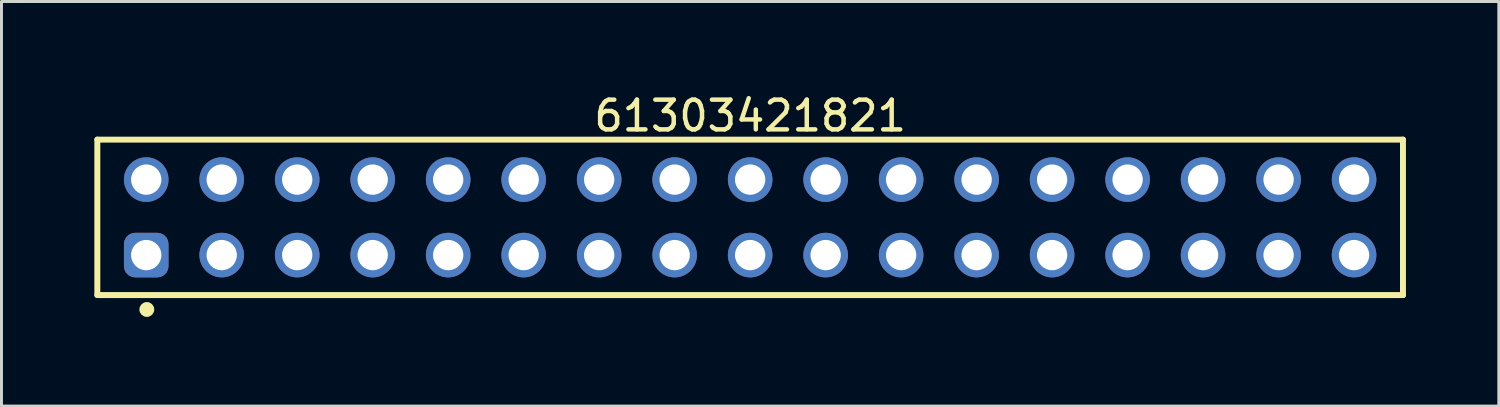
<source format=kicad_pcb>
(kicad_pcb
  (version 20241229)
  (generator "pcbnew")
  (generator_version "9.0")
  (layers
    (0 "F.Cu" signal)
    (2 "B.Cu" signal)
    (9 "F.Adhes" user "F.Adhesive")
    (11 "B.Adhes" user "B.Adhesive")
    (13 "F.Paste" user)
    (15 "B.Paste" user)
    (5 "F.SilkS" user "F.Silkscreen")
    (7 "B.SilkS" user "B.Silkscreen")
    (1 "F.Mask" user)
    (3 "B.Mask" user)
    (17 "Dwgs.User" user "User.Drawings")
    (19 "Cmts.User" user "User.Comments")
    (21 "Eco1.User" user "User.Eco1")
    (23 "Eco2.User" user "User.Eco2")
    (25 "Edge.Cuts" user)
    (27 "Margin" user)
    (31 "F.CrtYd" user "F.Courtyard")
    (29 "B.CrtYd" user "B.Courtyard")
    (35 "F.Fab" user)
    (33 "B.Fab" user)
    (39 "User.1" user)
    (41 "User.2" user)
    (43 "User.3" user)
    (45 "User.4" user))
  (footprint "61303421821"
    (layer "F.Cu")
    (at 22.19 4.263)
    (property "Reference" "61303421821" (at 0 -3.415 0) (layer "F.SilkS") (effects (font (size 1 1) (thickness 0.15))))
    (fp_line (start -21.965 -2.615) (end 21.965 -2.615) (stroke (width 0.2) (type solid)) (layer "F.SilkS"))
    (fp_line (start -21.965 2.615) (end -21.965 -2.615) (stroke (width 0.2) (type solid)) (layer "F.SilkS"))
    (fp_line (start -21.965 2.615) (end 21.965 2.615) (stroke (width 0.2) (type solid)) (layer "F.SilkS"))
    (fp_line (start 21.965 2.615) (end 21.965 -2.615) (stroke (width 0.2) (type solid)) (layer "F.SilkS"))
    (fp_circle (center -20.3 3.1) (end -20.3 2.975) (stroke (width 0.25) (type solid)) (fill no) (layer "F.SilkS"))
    (fp_line (start -22.165 -2.815) (end 22.165 -2.815) (stroke (width 0.05) (type solid)) (layer "Eco2.User"))
    (fp_line (start -22.165 2.815) (end -22.165 -2.815) (stroke (width 0.05) (type solid)) (layer "Eco2.User"))
    (fp_line (start -22.165 2.815) (end 22.165 2.815) (stroke (width 0.05) (type solid)) (layer "Eco2.User"))
    (fp_line (start -21.84 -2.54) (end 21.84 -2.54) (stroke (width 0.1) (type solid)) (layer "Eco2.User"))
    (fp_line (start -21.84 2.54) (end -21.84 -2.54) (stroke (width 0.1) (type solid)) (layer "Eco2.User"))
    (fp_line (start -21.84 2.54) (end 21.84 2.54) (stroke (width 0.1) (type solid)) (layer "Eco2.User"))
    (fp_line (start -0.5 0) (end 0.5 0) (stroke (width 0.05) (type solid)) (layer "Eco2.User"))
    (fp_line (start 0 0.5) (end 0 -0.5) (stroke (width 0.05) (type solid)) (layer "Eco2.User"))
    (fp_line (start 21.84 2.54) (end 21.84 -2.54) (stroke (width 0.1) (type solid)) (layer "Eco2.User"))
    (fp_line (start 22.165 2.815) (end 22.165 -2.815) (stroke (width 0.05) (type solid)) (layer "Eco2.User"))
    (fp_text user "${REFERENCE}" (at 0.15 -0.197 0) (unlocked yes) (layer "User.3") (effects (font (size 1.5 1.5) (thickness 0.15))))
    (pad "1" thru_hole roundrect (at -20.32 1.27) (size 1.5 1.5) (drill 1.02) (layers "*.Cu" "*.Mask") (roundrect_rratio 0.25))
    (pad "2" thru_hole circle (at -20.32 -1.27) (size 1.5 1.5) (drill 1.02) (layers "*.Cu" "*.Mask"))
    (pad "3" thru_hole circle (at -17.78 1.27) (size 1.5 1.5) (drill 1.02) (layers "*.Cu" "*.Mask"))
    (pad "4" thru_hole circle (at -17.78 -1.27) (size 1.5 1.5) (drill 1.02) (layers "*.Cu" "*.Mask"))
    (pad "5" thru_hole circle (at -15.24 1.27) (size 1.5 1.5) (drill 1.02) (layers "*.Cu" "*.Mask"))
    (pad "6" thru_hole circle (at -15.24 -1.27) (size 1.5 1.5) (drill 1.02) (layers "*.Cu" "*.Mask"))
    (pad "7" thru_hole circle (at -12.7 1.27) (size 1.5 1.5) (drill 1.02) (layers "*.Cu" "*.Mask"))
    (pad "8" thru_hole circle (at -12.7 -1.27) (size 1.5 1.5) (drill 1.02) (layers "*.Cu" "*.Mask"))
    (pad "9" thru_hole circle (at -10.16 1.27) (size 1.5 1.5) (drill 1.02) (layers "*.Cu" "*.Mask"))
    (pad "10" thru_hole circle (at -10.16 -1.27) (size 1.5 1.5) (drill 1.02) (layers "*.Cu" "*.Mask"))
    (pad "11" thru_hole circle (at -7.62 1.27) (size 1.5 1.5) (drill 1.02) (layers "*.Cu" "*.Mask"))
    (pad "12" thru_hole circle (at -7.62 -1.27) (size 1.5 1.5) (drill 1.02) (layers "*.Cu" "*.Mask"))
    (pad "13" thru_hole circle (at -5.08 1.27) (size 1.5 1.5) (drill 1.02) (layers "*.Cu" "*.Mask"))
    (pad "14" thru_hole circle (at -5.08 -1.27) (size 1.5 1.5) (drill 1.02) (layers "*.Cu" "*.Mask"))
    (pad "15" thru_hole circle (at -2.54 1.27) (size 1.5 1.5) (drill 1.02) (layers "*.Cu" "*.Mask"))
    (pad "16" thru_hole circle (at -2.54 -1.27) (size 1.5 1.5) (drill 1.02) (layers "*.Cu" "*.Mask"))
    (pad "17" thru_hole circle (at 0 1.27) (size 1.5 1.5) (drill 1.02) (layers "*.Cu" "*.Mask"))
    (pad "18" thru_hole circle (at 0 -1.27) (size 1.5 1.5) (drill 1.02) (layers "*.Cu" "*.Mask"))
    (pad "19" thru_hole circle (at 2.54 1.27) (size 1.5 1.5) (drill 1.02) (layers "*.Cu" "*.Mask"))
    (pad "20" thru_hole circle (at 2.54 -1.27) (size 1.5 1.5) (drill 1.02) (layers "*.Cu" "*.Mask"))
    (pad "21" thru_hole circle (at 5.08 1.27) (size 1.5 1.5) (drill 1.02) (layers "*.Cu" "*.Mask"))
    (pad "22" thru_hole circle (at 5.08 -1.27) (size 1.5 1.5) (drill 1.02) (layers "*.Cu" "*.Mask"))
    (pad "23" thru_hole circle (at 7.62 1.27) (size 1.5 1.5) (drill 1.02) (layers "*.Cu" "*.Mask"))
    (pad "24" thru_hole circle (at 7.62 -1.27) (size 1.5 1.5) (drill 1.02) (layers "*.Cu" "*.Mask"))
    (pad "25" thru_hole circle (at 10.16 1.27) (size 1.5 1.5) (drill 1.02) (layers "*.Cu" "*.Mask"))
    (pad "26" thru_hole circle (at 10.16 -1.27) (size 1.5 1.5) (drill 1.02) (layers "*.Cu" "*.Mask"))
    (pad "27" thru_hole circle (at 12.7 1.27) (size 1.5 1.5) (drill 1.02) (layers "*.Cu" "*.Mask"))
    (pad "28" thru_hole circle (at 12.7 -1.27) (size 1.5 1.5) (drill 1.02) (layers "*.Cu" "*.Mask"))
    (pad "29" thru_hole circle (at 15.24 1.27) (size 1.5 1.5) (drill 1.02) (layers "*.Cu" "*.Mask"))
    (pad "30" thru_hole circle (at 15.24 -1.27) (size 1.5 1.5) (drill 1.02) (layers "*.Cu" "*.Mask"))
    (pad "31" thru_hole circle (at 17.78 1.27) (size 1.5 1.5) (drill 1.02) (layers "*.Cu" "*.Mask"))
    (pad "32" thru_hole circle (at 17.78 -1.27) (size 1.5 1.5) (drill 1.02) (layers "*.Cu" "*.Mask"))
    (pad "33" thru_hole circle (at 20.32 1.27) (size 1.5 1.5) (drill 1.02) (layers "*.Cu" "*.Mask"))
    (pad "34" thru_hole circle (at 20.32 -1.27) (size 1.5 1.5) (drill 1.02) (layers "*.Cu" "*.Mask")))
  (gr_rect
    (start -3 -3)
    (end 47.38 10.613)
    (stroke (width 0.1) (type default))
    (fill no)
    (layer "Edge.Cuts")))
</source>
